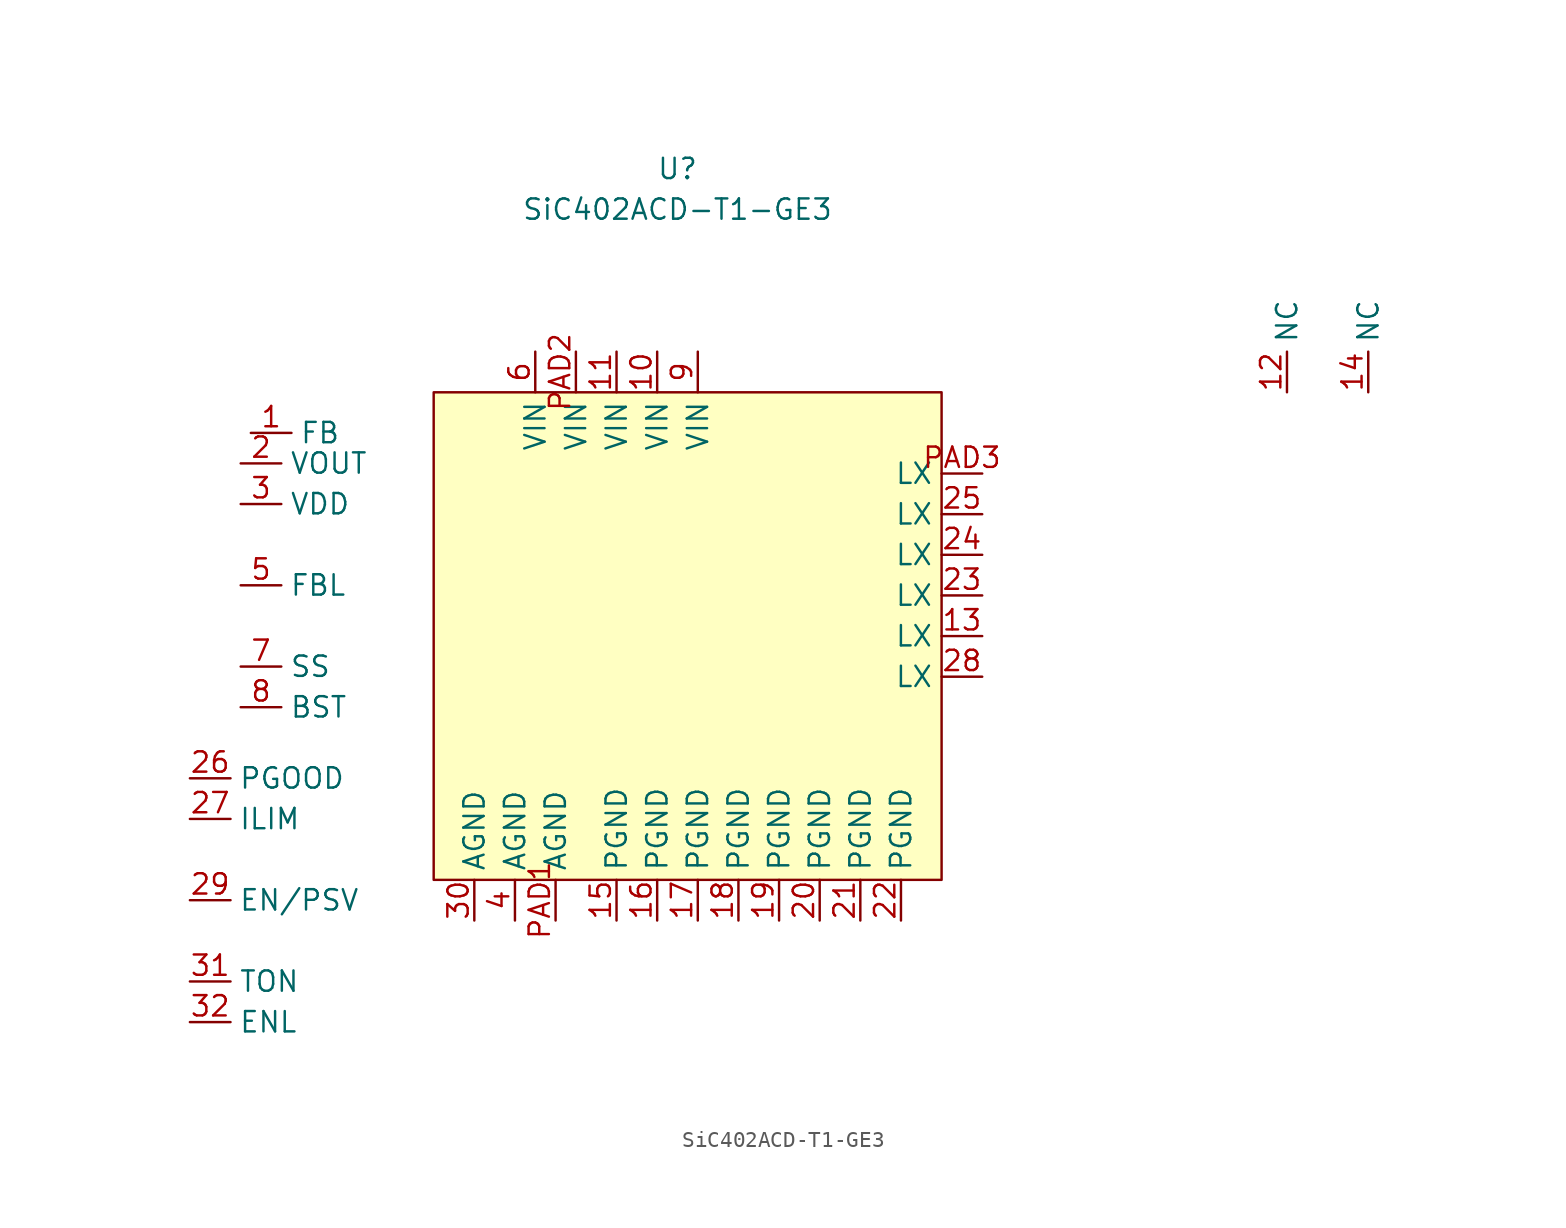
<source format=kicad_sym>
(kicad_symbol_lib
  (version 20220331)
  (generator kicad_symbol_editor)
  (symbol "SiC402ACD-T1-GE3"
    (property "Reference" "U"
      (at 0 0 0)
      (effects (font (size 1.27 1.27))))
    (property "Value" "SiC402ACD-T1-GE3"
      (at 0 -2.54 0)
      (effects (font (size 1.27 1.27))))
    (symbol "SiC402ACD-T1-GE3_0_1"
      (rectangle (start -15.24 -13.97) (end 16.51 -44.45) (stroke (width 0) (type default)) (fill (type background))))
    (symbol "SiC402ACD-T1-GE3_1_1"
      (pin input line (at -26.67 -16.51 0) (length 2.54) (name "FB" (effects (font (size 1.27 1.27)))) (number "1" (effects (font (size 1.27 1.27)))))
      (pin input line (at -1.27 -11.43 270) (length 2.54) (name "VIN" (effects (font (size 1.27 1.27)))) (number "10" (effects (font (size 1.27 1.27)))))
      (pin input line (at -3.81 -11.43 270) (length 2.54) (name "VIN" (effects (font (size 1.27 1.27)))) (number "11" (effects (font (size 1.27 1.27)))))
      (pin input line (at 38.1 -13.97 90) (length 2.54) (name "NC" (effects (font (size 1.27 1.27)))) (number "12" (effects (font (size 1.27 1.27)))))
      (pin input line (at 19.05 -29.21 180) (length 2.54) (name "LX" (effects (font (size 1.27 1.27)))) (number "13" (effects (font (size 1.27 1.27)))))
      (pin input line (at 43.18 -13.97 90) (length 2.54) (name "NC" (effects (font (size 1.27 1.27)))) (number "14" (effects (font (size 1.27 1.27)))))
      (pin input line (at -3.81 -46.99 90) (length 2.54) (name "PGND" (effects (font (size 1.27 1.27)))) (number "15" (effects (font (size 1.27 1.27)))))
      (pin input line (at -1.27 -46.99 90) (length 2.54) (name "PGND" (effects (font (size 1.27 1.27)))) (number "16" (effects (font (size 1.27 1.27)))))
      (pin input line (at 1.27 -46.99 90) (length 2.54) (name "PGND" (effects (font (size 1.27 1.27)))) (number "17" (effects (font (size 1.27 1.27)))))
      (pin input line (at 3.81 -46.99 90) (length 2.54) (name "PGND" (effects (font (size 1.27 1.27)))) (number "18" (effects (font (size 1.27 1.27)))))
      (pin input line (at 6.35 -46.99 90) (length 2.54) (name "PGND" (effects (font (size 1.27 1.27)))) (number "19" (effects (font (size 1.27 1.27)))))
      (pin input line (at -27.305 -18.415 0) (length 2.54) (name "VOUT" (effects (font (size 1.27 1.27)))) (number "2" (effects (font (size 1.27 1.27)))))
      (pin input line (at 8.89 -46.99 90) (length 2.54) (name "PGND" (effects (font (size 1.27 1.27)))) (number "20" (effects (font (size 1.27 1.27)))))
      (pin input line (at 11.43 -46.99 90) (length 2.54) (name "PGND" (effects (font (size 1.27 1.27)))) (number "21" (effects (font (size 1.27 1.27)))))
      (pin input line (at 13.97 -46.99 90) (length 2.54) (name "PGND" (effects (font (size 1.27 1.27)))) (number "22" (effects (font (size 1.27 1.27)))))
      (pin input line (at 19.05 -26.67 180) (length 2.54) (name "LX" (effects (font (size 1.27 1.27)))) (number "23" (effects (font (size 1.27 1.27)))))
      (pin input line (at 19.05 -24.13 180) (length 2.54) (name "LX" (effects (font (size 1.27 1.27)))) (number "24" (effects (font (size 1.27 1.27)))))
      (pin input line (at 19.05 -21.59 180) (length 2.54) (name "LX" (effects (font (size 1.27 1.27)))) (number "25" (effects (font (size 1.27 1.27)))))
      (pin input line (at -30.48 -38.1 0) (length 2.54) (name "PGOOD" (effects (font (size 1.27 1.27)))) (number "26" (effects (font (size 1.27 1.27)))))
      (pin input line (at -30.48 -40.64 0) (length 2.54) (name "ILIM" (effects (font (size 1.27 1.27)))) (number "27" (effects (font (size 1.27 1.27)))))
      (pin input line (at 19.05 -31.75 180) (length 2.54) (name "LX" (effects (font (size 1.27 1.27)))) (number "28" (effects (font (size 1.27 1.27)))))
      (pin input line (at -30.48 -45.72 0) (length 2.54) (name "EN/PSV" (effects (font (size 1.27 1.27)))) (number "29" (effects (font (size 1.27 1.27)))))
      (pin input line (at -27.305 -20.955 0) (length 2.54) (name "VDD" (effects (font (size 1.27 1.27)))) (number "3" (effects (font (size 1.27 1.27)))))
      (pin input line (at -12.7 -46.99 90) (length 2.54) (name "AGND" (effects (font (size 1.27 1.27)))) (number "30" (effects (font (size 1.27 1.27)))))
      (pin input line (at -30.48 -50.8 0) (length 2.54) (name "TON" (effects (font (size 1.27 1.27)))) (number "31" (effects (font (size 1.27 1.27)))))
      (pin input line (at -30.48 -53.34 0) (length 2.54) (name "ENL" (effects (font (size 1.27 1.27)))) (number "32" (effects (font (size 1.27 1.27)))))
      (pin input line (at -10.16 -46.99 90) (length 2.54) (name "AGND" (effects (font (size 1.27 1.27)))) (number "4" (effects (font (size 1.27 1.27)))))
      (pin input line (at -27.305 -26.035 0) (length 2.54) (name "FBL" (effects (font (size 1.27 1.27)))) (number "5" (effects (font (size 1.27 1.27)))))
      (pin input line (at -8.89 -11.43 270) (length 2.54) (name "VIN" (effects (font (size 1.27 1.27)))) (number "6" (effects (font (size 1.27 1.27)))))
      (pin input line (at -27.305 -31.115 0) (length 2.54) (name "SS" (effects (font (size 1.27 1.27)))) (number "7" (effects (font (size 1.27 1.27)))))
      (pin input line (at -27.305 -33.655 0) (length 2.54) (name "BST" (effects (font (size 1.27 1.27)))) (number "8" (effects (font (size 1.27 1.27)))))
      (pin input line (at 1.27 -11.43 270) (length 2.54) (name "VIN" (effects (font (size 1.27 1.27)))) (number "9" (effects (font (size 1.27 1.27)))))
      (pin input line (at -7.62 -46.99 90) (length 2.54) (name "AGND" (effects (font (size 1.27 1.27)))) (number "PAD1" (effects (font (size 1.27 1.27)))))
      (pin input line (at -6.35 -11.43 270) (length 2.54) (name "VIN" (effects (font (size 1.27 1.27)))) (number "PAD2" (effects (font (size 1.27 1.27)))))
      (pin input line (at 19.05 -19.05 180) (length 2.54) (name "LX" (effects (font (size 1.27 1.27)))) (number "PAD3" (effects (font (size 1.27 1.27))))))))
</source>
